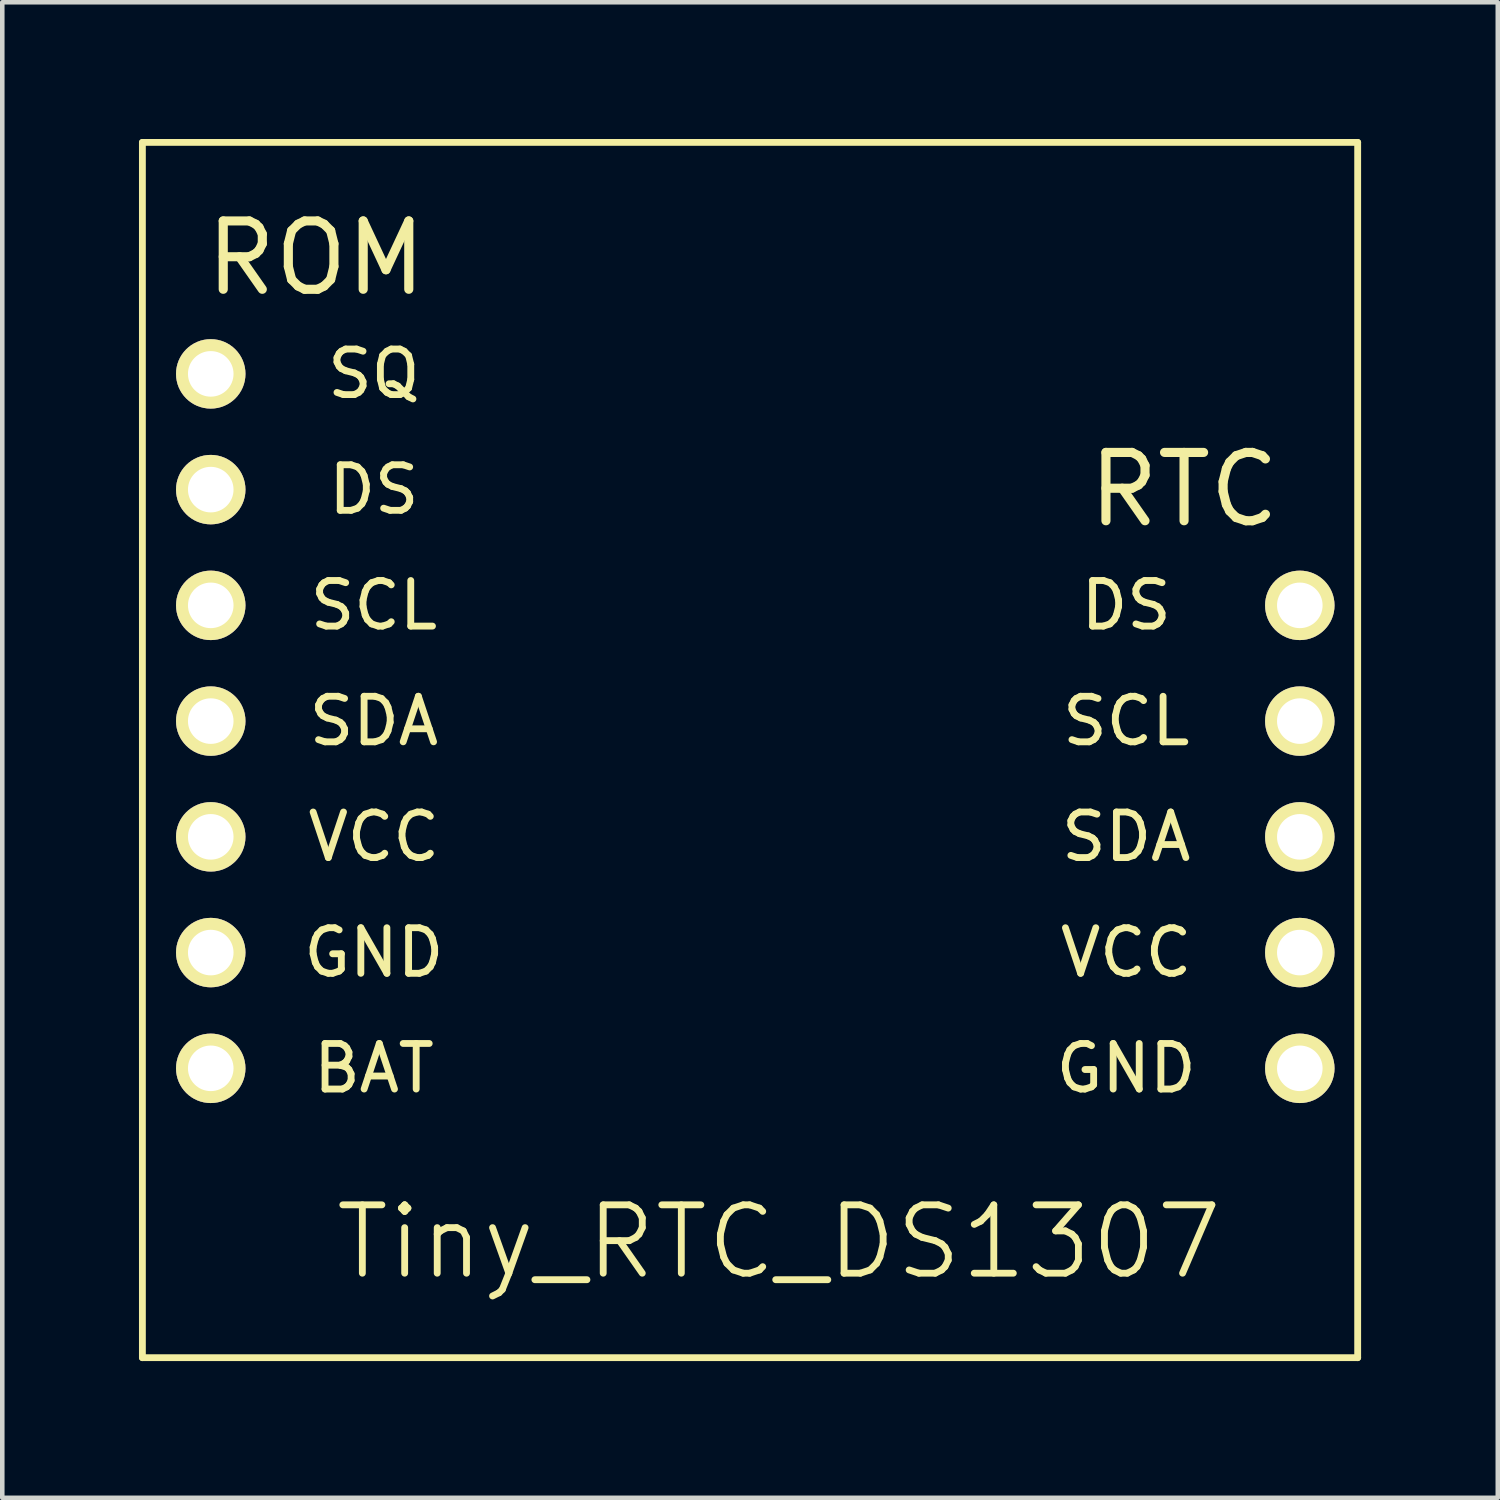
<source format=kicad_pcb>
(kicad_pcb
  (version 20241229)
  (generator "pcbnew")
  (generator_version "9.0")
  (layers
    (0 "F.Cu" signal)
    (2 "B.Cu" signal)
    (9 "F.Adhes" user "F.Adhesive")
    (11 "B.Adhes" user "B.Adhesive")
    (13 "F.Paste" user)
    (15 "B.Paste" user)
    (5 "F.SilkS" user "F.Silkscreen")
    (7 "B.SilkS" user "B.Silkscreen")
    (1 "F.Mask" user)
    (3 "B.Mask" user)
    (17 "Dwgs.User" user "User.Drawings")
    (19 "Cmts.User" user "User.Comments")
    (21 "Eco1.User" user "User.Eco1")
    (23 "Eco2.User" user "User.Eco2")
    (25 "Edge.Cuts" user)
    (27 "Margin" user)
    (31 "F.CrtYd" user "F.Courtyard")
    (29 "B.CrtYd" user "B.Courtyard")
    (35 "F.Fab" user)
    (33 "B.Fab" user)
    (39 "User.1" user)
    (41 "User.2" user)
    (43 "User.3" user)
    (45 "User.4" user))
  (footprint "Tiny_RTC_DS1307"
    (layer "F.Cu")
    (at 14.045 15.315)
    (property "Reference" "Tiny_RTC_DS1307" (at 0 8.89 0) (layer "F.SilkS") (effects (font (size 1.5 1.5) (thickness 0.15))))
    (attr through_hole)
    (fp_line (start -13.97 -15.24) (end 12.7 -15.24) (stroke (width 0.15) (type solid)) (layer "F.SilkS"))
    (fp_line (start -13.97 11.43) (end -13.97 -15.24) (stroke (width 0.15) (type solid)) (layer "F.SilkS"))
    (fp_line (start 12.7 -15.24) (end 12.7 11.43) (stroke (width 0.15) (type solid)) (layer "F.SilkS"))
    (fp_line (start 12.7 11.43) (end -13.97 11.43) (stroke (width 0.15) (type solid)) (layer "F.SilkS"))
    (fp_text user "VCC" (at 7.62 2.54 0) (layer "F.SilkS") (effects (font (size 1 1) (thickness 0.15))))
    (fp_text user "SCL" (at 7.62 -2.54 0) (layer "F.SilkS") (effects (font (size 1 1) (thickness 0.15))))
    (fp_text user "GND" (at 7.62 5.08 0) (layer "F.SilkS") (effects (font (size 1 1) (thickness 0.15))))
    (fp_text user "DS" (at 7.62 -5.08 0) (layer "F.SilkS") (effects (font (size 1 1) (thickness 0.15))))
    (fp_text user "GND" (at -8.89 2.54 0) (layer "F.SilkS") (effects (font (size 1 1) (thickness 0.15))))
    (fp_text user "SQ" (at -8.89 -10.16 0) (layer "F.SilkS") (effects (font (size 1 1) (thickness 0.15))))
    (fp_text user "RTC" (at 8.89 -7.62 0) (layer "F.SilkS") (effects (font (size 1.5 1.5) (thickness 0.2))))
    (fp_text user "BAT" (at -8.89 5.08 0) (layer "F.SilkS") (effects (font (size 1 1) (thickness 0.15))))
    (fp_text user "VCC" (at -8.89 0 0) (layer "F.SilkS") (effects (font (size 1 1) (thickness 0.15))))
    (fp_text user "SCL" (at -8.89 -5.08 0) (layer "F.SilkS") (effects (font (size 1 1) (thickness 0.15))))
    (fp_text user "ROM" (at -10.16 -12.7 0) (layer "F.SilkS") (effects (font (size 1.5 1.5) (thickness 0.2))))
    (fp_text user "DS" (at -8.89 -7.62 0) (layer "F.SilkS") (effects (font (size 1 1) (thickness 0.15))))
    (fp_text user "SDA" (at -8.89 -2.54 0) (layer "F.SilkS") (effects (font (size 1 1) (thickness 0.15))))
    (fp_text user "SDA" (at 7.62 0 0) (layer "F.SilkS") (effects (font (size 1 1) (thickness 0.15))))
    (pad "1" thru_hole circle (at -12.47 5.08) (size 1.524 1.524) (drill 1) (layers "*.Cu" "*.Mask" "F.SilkS"))
    (pad "2" thru_hole circle (at -12.47 2.54) (size 1.524 1.524) (drill 1) (layers "*.Cu" "*.Mask" "F.SilkS"))
    (pad "3" thru_hole circle (at -12.47 0) (size 1.524 1.524) (drill 1) (layers "*.Cu" "*.Mask" "F.SilkS"))
    (pad "4" thru_hole circle (at -12.47 -2.54) (size 1.524 1.524) (drill 1) (layers "*.Cu" "*.Mask" "F.SilkS"))
    (pad "5" thru_hole circle (at -12.47 -5.08) (size 1.524 1.524) (drill 1) (layers "*.Cu" "*.Mask" "F.SilkS"))
    (pad "6" thru_hole circle (at -12.47 -7.62) (size 1.524 1.524) (drill 1) (layers "*.Cu" "*.Mask" "F.SilkS"))
    (pad "7" thru_hole circle (at -12.47 -10.16) (size 1.524 1.524) (drill 1) (layers "*.Cu" "*.Mask" "F.SilkS"))
    (pad "8" thru_hole circle (at 11.43 5.08) (size 1.524 1.524) (drill 1) (layers "*.Cu" "*.Mask" "F.SilkS"))
    (pad "9" thru_hole circle (at 11.43 2.54) (size 1.524 1.524) (drill 1) (layers "*.Cu" "*.Mask" "F.SilkS"))
    (pad "10" thru_hole circle (at 11.43 0) (size 1.524 1.524) (drill 1) (layers "*.Cu" "*.Mask" "F.SilkS"))
    (pad "11" thru_hole circle (at 11.43 -2.54) (size 1.524 1.524) (drill 1) (layers "*.Cu" "*.Mask" "F.SilkS"))
    (pad "12" thru_hole circle (at 11.43 -5.08) (size 1.524 1.524) (drill 1) (layers "*.Cu" "*.Mask" "F.SilkS")))
  (gr_rect
    (start -3 -3)
    (end 29.82 29.82)
    (stroke (width 0.1) (type default))
    (fill no)
    (layer "Edge.Cuts")))
</source>
